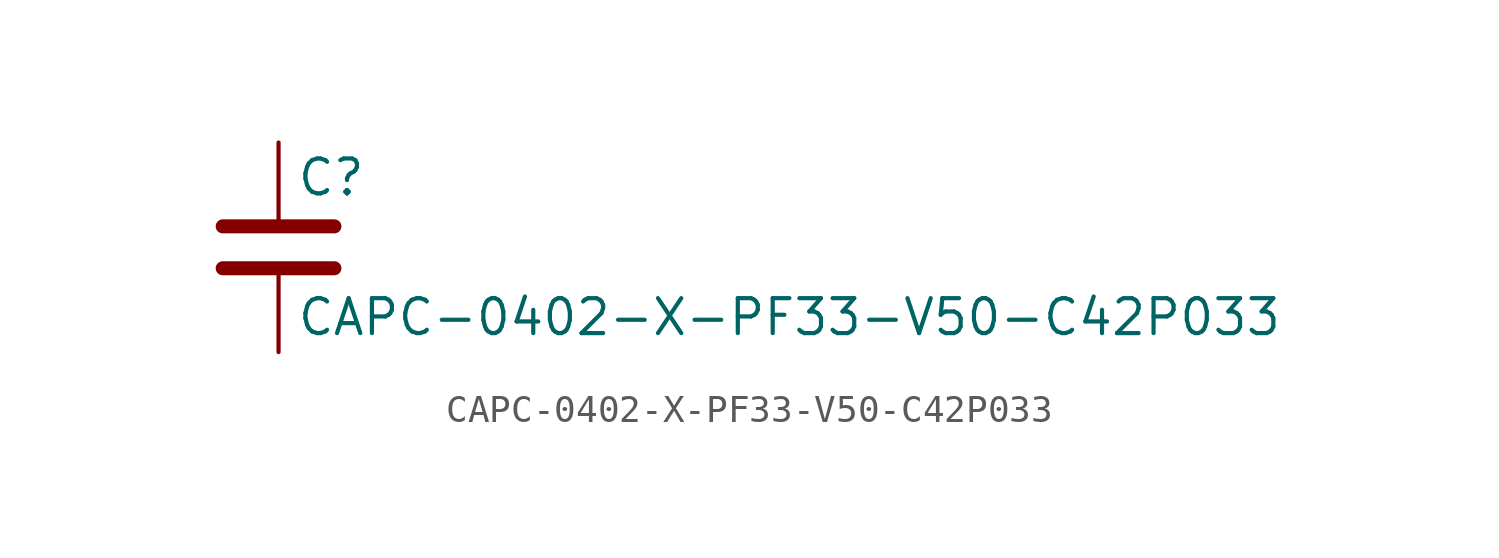
<source format=kicad_sym>
(kicad_symbol_lib
  (version 20211014)
  (generator kicad_symbol_editor)
  (symbol "CAPC-0402-X-PF33-V50-C42P033"
    (pin_numbers hide)
    (pin_names
      (offset 0.254))
    (property "Reference" "C"
      (at 0.635 2.54 0)
      (effects (font (size 1.27 1.27)) (justify left)))
    (property "Value" "CAPC-0402-X-PF33-V50-C42P033"
      (at 0.635 -2.54 0)
      (effects (font (size 1.27 1.27)) (justify left)))
    (symbol "CAPC-0402-X-PF33-V50-C42P033_0_1"
      (polyline (pts (xy -2.032 -0.762) (xy 2.032 -0.762)) (stroke (width 0.508) (type default) (color 0 0 0 0)) (fill (type none)))
      (polyline (pts (xy -2.032 0.762) (xy 2.032 0.762)) (stroke (width 0.508) (type default) (color 0 0 0 0)) (fill (type none))))
    (symbol "CAPC-0402-X-PF33-V50-C42P033_1_1"
      (pin passive line (at 0 3.81 270) (length 2.794) (name "~" (effects (font (size 1.27 1.27)))) (number "1" (effects (font (size 1.27 1.27)))))
      (pin passive line (at 0 -3.81 90) (length 2.794) (name "~" (effects (font (size 1.27 1.27)))) (number "2" (effects (font (size 1.27 1.27))))))))
</source>
